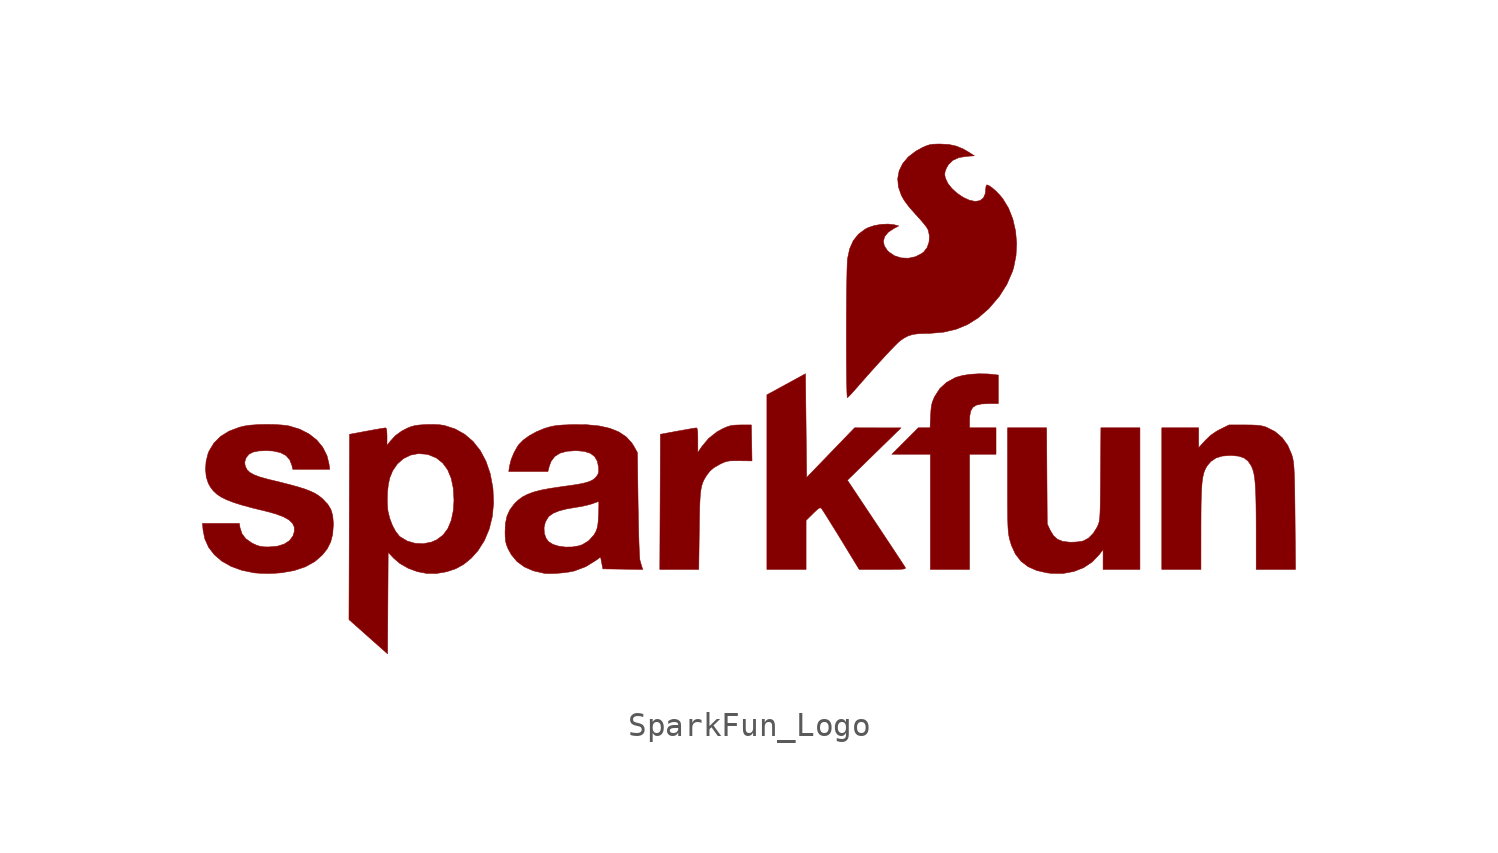
<source format=kicad_sym>
(kicad_symbol_lib
  (version 20241209)
  (generator "kicad_symbol_editor")
  (generator_version "9.0")
  (symbol "SparkFun_Logo"
    (pin_names
      (offset 1.016))
    (property "Reference" "G"
      (at 0 6.35 0)
      (effects (font (size 1.27 1.27)) (hide yes)))
    (symbol "SparkFun_Logo_0_0"
      (polyline (pts (xy -19.64 -3.184) (xy -19.317 -3.16) (xy -18.771 -3.064) (xy -18.296 -2.905) (xy -17.895 -2.682) (xy -17.567 -2.396) (xy -17.367 -2.142) (xy -17.219 -1.851) (xy -17.134 -1.521) (xy -17.105 -1.129) (xy -17.105 -1.037) (xy -17.132 -0.723) (xy -17.207 -0.468) (xy -17.342 -0.244) (xy -17.548 -0.026) (xy -17.618 0.036) (xy -17.75 0.138) (xy -17.9 0.229) (xy -18.078 0.314) (xy -18.296 0.398) (xy -18.565 0.484) (xy -18.896 0.577) (xy -19.301 0.681) (xy -19.79 0.799) (xy -19.927 0.833) (xy -20.252 0.925) (xy -20.495 1.018) (xy -20.668 1.118) (xy -20.782 1.232) (xy -20.849 1.365) (xy -20.862 1.406) (xy -20.879 1.551) (xy -20.835 1.702) (xy -20.808 1.758) (xy -20.696 1.891) (xy -20.526 1.979) (xy -20.287 2.028) (xy -19.966 2.043) (xy -19.663 2.026) (xy -19.353 1.956) (xy -19.12 1.832) (xy -18.96 1.65) (xy -18.868 1.408) (xy -18.833 1.249) (xy -18.046 1.249) (xy -17.259 1.249) (xy -17.29 1.475) (xy -17.376 1.827) (xy -17.555 2.183) (xy -17.812 2.494) (xy -18.142 2.754) (xy -18.536 2.955) (xy -18.988 3.092) (xy -19.035 3.101) (xy -19.3 3.134) (xy -19.624 3.153) (xy -19.976 3.158) (xy -20.325 3.149) (xy -20.641 3.127) (xy -20.892 3.09) (xy -21.104 3.038) (xy -21.543 2.874) (xy -21.905 2.65) (xy -22.191 2.365) (xy -22.399 2.021) (xy -22.445 1.904) (xy -22.525 1.581) (xy -22.549 1.244) (xy -22.518 0.924) (xy -22.43 0.651) (xy -22.338 0.488) (xy -22.218 0.33) (xy -22.068 0.19) (xy -21.879 0.063) (xy -21.641 -0.055) (xy -21.344 -0.169) (xy -20.979 -0.283) (xy -20.537 -0.402) (xy -20.007 -0.531) (xy -19.981 -0.537) (xy -19.563 -0.651) (xy -19.238 -0.772) (xy -19.001 -0.903) (xy -18.846 -1.049) (xy -18.769 -1.213) (xy -18.764 -1.398) (xy -18.825 -1.595) (xy -18.974 -1.792) (xy -19.198 -1.938) (xy -19.491 -2.029) (xy -19.846 -2.06) (xy -20.042 -2.057) (xy -20.211 -2.037) (xy -20.361 -1.992) (xy -20.533 -1.914) (xy -20.582 -1.888) (xy -20.832 -1.712) (xy -20.996 -1.5) (xy -21.079 -1.243) (xy -21.109 -1.056) (xy -21.894 -1.056) (xy -22.679 -1.056) (xy -22.653 -1.347) (xy -22.58 -1.714) (xy -22.417 -2.075) (xy -22.172 -2.394) (xy -21.851 -2.667) (xy -21.459 -2.889) (xy -21.001 -3.055) (xy -20.484 -3.161) (xy -20.406 -3.169) (xy -20.171 -3.184) (xy -19.901 -3.19) (xy -19.64 -3.184)) (stroke (width 0.01) (type default)) (fill (type outline)))
      (polyline (pts (xy -14.783 -4.45) (xy -14.77 -2.287) (xy -14.542 -2.531) (xy -14.269 -2.766) (xy -13.913 -2.97) (xy -13.518 -3.115) (xy -13.109 -3.191) (xy -12.712 -3.19) (xy -12.272 -3.114) (xy -11.886 -2.985) (xy -11.546 -2.796) (xy -11.228 -2.535) (xy -10.95 -2.225) (xy -10.672 -1.788) (xy -10.466 -1.296) (xy -10.334 -0.759) (xy -10.28 -0.186) (xy -10.306 0.412) (xy -10.316 0.493) (xy -10.427 1.072) (xy -10.605 1.589) (xy -10.846 2.042) (xy -11.146 2.424) (xy -11.504 2.733) (xy -11.914 2.964) (xy -12.376 3.114) (xy -12.568 3.142) (xy -12.847 3.156) (xy -13.162 3.152) (xy -13.183 3.151) (xy -13.44 3.134) (xy -13.633 3.107) (xy -13.795 3.064) (xy -13.956 2.999) (xy -14.187 2.879) (xy -14.459 2.683) (xy -14.685 2.437) (xy -14.82 2.261) (xy -14.82 2.638) (xy -14.82 2.681) (xy -14.828 2.873) (xy -14.848 2.98) (xy -14.882 3.012) (xy -14.904 3.009) (xy -15.013 2.992) (xy -15.19 2.962) (xy -15.418 2.922) (xy -15.678 2.874) (xy -16.414 2.739) (xy -16.423 -0.079) (xy -14.81 -0.079) (xy -14.799 0.271) (xy -14.762 0.606) (xy -14.701 0.883) (xy -14.578 1.185) (xy -14.375 1.48) (xy -14.118 1.704) (xy -13.818 1.851) (xy -13.485 1.915) (xy -13.13 1.887) (xy -13.041 1.865) (xy -12.715 1.729) (xy -12.446 1.515) (xy -12.235 1.225) (xy -12.084 0.862) (xy -11.994 0.427) (xy -11.967 -0.075) (xy -11.993 -0.496) (xy -12.081 -0.925) (xy -12.228 -1.279) (xy -12.436 -1.557) (xy -12.704 -1.758) (xy -12.929 -1.855) (xy -13.274 -1.922) (xy -13.624 -1.906) (xy -13.957 -1.809) (xy -14.254 -1.632) (xy -14.308 -1.583) (xy -14.457 -1.389) (xy -14.592 -1.134) (xy -14.703 -0.843) (xy -14.776 -0.544) (xy -14.794 -0.407) (xy -14.81 -0.079) (xy -16.423 -0.079) (xy -16.426 -1.208) (xy -16.439 -5.154) (xy -15.617 -5.884) (xy -14.796 -6.613) (xy -14.783 -4.45)) (stroke (width 0.01) (type default)) (fill (type outline)))
      (polyline (pts (xy -7.603 -3.185) (xy -7.328 -3.162) (xy -7.068 -3.128) (xy -6.859 -3.086) (xy -6.829 -3.078) (xy -6.354 -2.899) (xy -5.92 -2.632) (xy -5.724 -2.485) (xy -5.675 -2.739) (xy -5.626 -2.993) (xy -4.777 -3.006) (xy -3.927 -3.019) (xy -3.963 -2.908) (xy -3.964 -2.904) (xy -4.003 -2.775) (xy -4.046 -2.625) (xy -4.054 -2.573) (xy -4.065 -2.425) (xy -4.076 -2.197) (xy -4.087 -1.901) (xy -4.098 -1.547) (xy -4.108 -1.146) (xy -4.117 -0.709) (xy -4.125 -0.247) (xy -4.155 1.96) (xy -4.3 2.221) (xy -4.396 2.373) (xy -4.635 2.632) (xy -4.943 2.837) (xy -5.322 2.991) (xy -5.776 3.093) (xy -6.31 3.145) (xy -6.926 3.149) (xy -7.073 3.144) (xy -7.352 3.132) (xy -7.568 3.114) (xy -7.746 3.087) (xy -7.91 3.049) (xy -8.086 2.996) (xy -8.129 2.982) (xy -8.456 2.846) (xy -8.761 2.677) (xy -9.018 2.491) (xy -9.203 2.302) (xy -9.262 2.22) (xy -9.413 1.95) (xy -9.532 1.656) (xy -9.6 1.384) (xy -9.634 1.151) (xy -8.8 1.151) (xy -7.967 1.151) (xy -7.912 1.367) (xy -7.828 1.593) (xy -7.673 1.795) (xy -7.452 1.935) (xy -7.16 2.015) (xy -6.789 2.041) (xy -6.751 2.041) (xy -6.415 2.01) (xy -6.159 1.929) (xy -5.977 1.792) (xy -5.862 1.596) (xy -5.809 1.335) (xy -5.804 1.271) (xy -5.806 1.128) (xy -5.841 1.024) (xy -5.919 0.916) (xy -5.975 0.857) (xy -6.074 0.785) (xy -6.205 0.725) (xy -6.382 0.671) (xy -6.618 0.621) (xy -6.925 0.57) (xy -7.318 0.516) (xy -7.369 0.509) (xy -7.846 0.439) (xy -8.24 0.365) (xy -8.562 0.282) (xy -8.826 0.186) (xy -9.045 0.073) (xy -9.23 -0.063) (xy -9.396 -0.226) (xy -9.409 -0.241) (xy -9.59 -0.485) (xy -9.709 -0.748) (xy -9.773 -1.052) (xy -9.782 -1.233) (xy -8.131 -1.233) (xy -8.073 -0.992) (xy -7.946 -0.783) (xy -7.903 -0.739) (xy -7.73 -0.62) (xy -7.487 -0.521) (xy -7.165 -0.439) (xy -6.754 -0.369) (xy -6.692 -0.36) (xy -6.455 -0.317) (xy -6.233 -0.266) (xy -6.067 -0.216) (xy -5.971 -0.18) (xy -5.856 -0.14) (xy -5.804 -0.124) (xy -5.799 -0.161) (xy -5.797 -0.278) (xy -5.8 -0.456) (xy -5.808 -0.676) (xy -5.809 -0.702) (xy -5.824 -0.968) (xy -5.847 -1.161) (xy -5.882 -1.305) (xy -5.932 -1.423) (xy -6.009 -1.553) (xy -6.229 -1.797) (xy -6.503 -1.964) (xy -6.649 -2.013) (xy -6.928 -2.061) (xy -7.223 -2.065) (xy -7.507 -2.027) (xy -7.753 -1.951) (xy -7.933 -1.838) (xy -8.04 -1.701) (xy -8.12 -1.478) (xy -8.131 -1.233) (xy -9.782 -1.233) (xy -9.791 -1.423) (xy -9.786 -1.636) (xy -9.768 -1.821) (xy -9.729 -1.976) (xy -9.664 -2.137) (xy -9.526 -2.387) (xy -9.279 -2.683) (xy -8.967 -2.911) (xy -8.585 -3.077) (xy -8.127 -3.182) (xy -8.07 -3.189) (xy -7.862 -3.195) (xy -7.603 -3.185)) (stroke (width 0.01) (type default)) (fill (type outline)))
      (polyline (pts (xy -1.52 -1.362) (xy -1.518 -1.235) (xy -1.511 -0.768) (xy -1.502 -0.384) (xy -1.49 -0.073) (xy -1.473 0.177) (xy -1.449 0.377) (xy -1.417 0.54) (xy -1.375 0.675) (xy -1.321 0.795) (xy -1.254 0.912) (xy -1.172 1.036) (xy -1.055 1.182) (xy -0.895 1.317) (xy -0.674 1.445) (xy -0.593 1.487) (xy -0.46 1.548) (xy -0.343 1.586) (xy -0.215 1.606) (xy -0.045 1.612) (xy 0.193 1.611) (xy 0.726 1.605) (xy 0.713 2.371) (xy 0.699 3.137) (xy 0.258 3.136) (xy 0.179 3.135) (xy -0.028 3.127) (xy -0.186 3.104) (xy -0.334 3.058) (xy -0.508 2.982) (xy -0.762 2.844) (xy -1.121 2.562) (xy -1.416 2.207) (xy -1.581 1.961) (xy -1.581 2.488) (xy -1.584 2.727) (xy -1.594 2.894) (xy -1.613 2.984) (xy -1.642 3.011) (xy -1.665 3.008) (xy -1.773 2.991) (xy -1.951 2.961) (xy -2.179 2.921) (xy -2.439 2.874) (xy -3.174 2.74) (xy -3.187 -0.138) (xy -3.2 -3.017) (xy -2.37 -3.017) (xy -1.541 -3.017) (xy -1.52 -1.362)) (stroke (width 0.01) (type default)) (fill (type outline)))
      (polyline (pts (xy 3.029 -1.974) (xy 3.029 -0.93) (xy 3.323 -0.639) (xy 3.374 -0.589) (xy 3.503 -0.468) (xy 3.587 -0.406) (xy 3.642 -0.393) (xy 3.683 -0.42) (xy 3.692 -0.431) (xy 3.749 -0.515) (xy 3.848 -0.669) (xy 3.981 -0.881) (xy 4.142 -1.14) (xy 4.325 -1.435) (xy 4.521 -1.754) (xy 5.292 -3.017) (xy 6.295 -3.017) (xy 6.42 -3.017) (xy 6.726 -3.016) (xy 6.951 -3.013) (xy 7.105 -3.007) (xy 7.2 -2.997) (xy 7.248 -2.982) (xy 7.262 -2.96) (xy 7.252 -2.931) (xy 7.231 -2.898) (xy 7.16 -2.788) (xy 7.044 -2.611) (xy 6.889 -2.376) (xy 6.702 -2.092) (xy 6.487 -1.768) (xy 6.25 -1.411) (xy 5.997 -1.031) (xy 4.79 0.783) (xy 5.932 1.898) (xy 7.074 3.013) (xy 6.085 3.013) (xy 5.097 3.014) (xy 4.075 1.955) (xy 3.053 0.896) (xy 3.029 3.106) (xy 3.004 5.317) (xy 2.183 4.868) (xy 1.361 4.419) (xy 1.361 0.701) (xy 1.361 -3.017) (xy 2.195 -3.017) (xy 3.029 -3.017) (xy 3.029 -1.974)) (stroke (width 0.01) (type default)) (fill (type outline)))
      (polyline (pts (xy 4.792 4.298) (xy 4.844 4.345) (xy 4.946 4.451) (xy 5.081 4.601) (xy 5.238 4.779) (xy 5.281 4.829) (xy 5.558 5.146) (xy 5.837 5.459) (xy 6.109 5.76) (xy 6.364 6.038) (xy 6.593 6.283) (xy 6.786 6.484) (xy 6.934 6.631) (xy 7.027 6.715) (xy 7.183 6.825) (xy 7.375 6.928) (xy 7.58 6.992) (xy 7.827 7.024) (xy 8.142 7.034) (xy 8.293 7.036) (xy 8.887 7.088) (xy 9.422 7.213) (xy 9.909 7.415) (xy 10.358 7.696) (xy 10.78 8.063) (xy 10.848 8.132) (xy 11.261 8.617) (xy 11.583 9.127) (xy 11.818 9.671) (xy 11.871 9.839) (xy 11.971 10.347) (xy 11.998 10.872) (xy 11.952 11.396) (xy 11.837 11.899) (xy 11.655 12.364) (xy 11.408 12.772) (xy 11.406 12.774) (xy 11.269 12.938) (xy 11.114 13.097) (xy 10.959 13.232) (xy 10.826 13.325) (xy 10.734 13.361) (xy 10.721 13.356) (xy 10.69 13.285) (xy 10.678 13.143) (xy 10.662 12.988) (xy 10.582 12.805) (xy 10.44 12.692) (xy 10.243 12.656) (xy 10.229 12.657) (xy 9.985 12.708) (xy 9.723 12.829) (xy 9.468 13) (xy 9.241 13.206) (xy 9.066 13.428) (xy 8.963 13.648) (xy 8.935 13.791) (xy 8.947 13.915) (xy 9.004 14.069) (xy 9.093 14.225) (xy 9.277 14.405) (xy 9.527 14.521) (xy 9.85 14.575) (xy 10.199 14.6) (xy 9.94 14.764) (xy 9.721 14.89) (xy 9.423 15.014) (xy 9.109 15.081) (xy 8.741 15.101) (xy 8.653 15.101) (xy 8.45 15.093) (xy 8.295 15.071) (xy 8.151 15.025) (xy 7.981 14.949) (xy 7.71 14.801) (xy 7.384 14.552) (xy 7.145 14.268) (xy 6.993 13.957) (xy 6.932 13.623) (xy 6.963 13.272) (xy 7.09 12.91) (xy 7.211 12.698) (xy 7.41 12.428) (xy 7.684 12.119) (xy 7.694 12.108) (xy 7.867 11.918) (xy 8.02 11.74) (xy 8.138 11.592) (xy 8.203 11.494) (xy 8.235 11.423) (xy 8.285 11.18) (xy 8.267 10.926) (xy 8.186 10.692) (xy 8.047 10.51) (xy 7.962 10.442) (xy 7.688 10.301) (xy 7.388 10.237) (xy 7.085 10.25) (xy 6.798 10.34) (xy 6.55 10.508) (xy 6.49 10.569) (xy 6.359 10.77) (xy 6.323 10.971) (xy 6.382 11.166) (xy 6.532 11.347) (xy 6.774 11.508) (xy 6.976 11.612) (xy 6.804 11.657) (xy 6.78 11.663) (xy 6.523 11.692) (xy 6.226 11.678) (xy 5.93 11.626) (xy 5.676 11.541) (xy 5.547 11.474) (xy 5.258 11.259) (xy 5.038 10.981) (xy 4.885 10.635) (xy 4.795 10.217) (xy 4.789 10.154) (xy 4.781 9.981) (xy 4.773 9.726) (xy 4.766 9.401) (xy 4.759 9.014) (xy 4.754 8.578) (xy 4.75 8.101) (xy 4.747 7.594) (xy 4.746 7.068) (xy 4.746 6.928) (xy 4.747 6.354) (xy 4.749 5.839) (xy 4.753 5.388) (xy 4.758 5.008) (xy 4.764 4.702) (xy 4.772 4.479) (xy 4.78 4.342) (xy 4.79 4.297) (xy 4.792 4.298)) (stroke (width 0.01) (type default)) (fill (type outline)))
      (polyline (pts (xy 9.991 -0.565) (xy 9.991 1.886) (xy 10.555 1.886) (xy 11.119 1.886) (xy 11.119 2.45) (xy 11.119 3.014) (xy 10.555 3.014) (xy 9.991 3.014) (xy 9.991 3.301) (xy 9.999 3.509) (xy 10.041 3.731) (xy 10.13 3.884) (xy 10.277 3.98) (xy 10.496 4.03) (xy 10.798 4.044) (xy 11.217 4.044) (xy 11.217 4.653) (xy 11.217 5.262) (xy 10.89 5.297) (xy 10.745 5.309) (xy 10.388 5.315) (xy 10.03 5.293) (xy 9.703 5.244) (xy 9.44 5.172) (xy 9.371 5.145) (xy 9.014 4.949) (xy 8.729 4.689) (xy 8.516 4.362) (xy 8.462 4.248) (xy 8.405 4.102) (xy 8.37 3.955) (xy 8.348 3.773) (xy 8.334 3.526) (xy 8.311 3.014) (xy 8.06 3.014) (xy 7.808 3.014) (xy 7.245 2.45) (xy 6.683 1.886) (xy 7.504 1.886) (xy 8.324 1.886) (xy 8.324 -0.565) (xy 8.324 -3.017) (xy 9.158 -3.017) (xy 9.991 -3.017) (xy 9.991 -0.565)) (stroke (width 0.01) (type default)) (fill (type outline)))
      (polyline (pts (xy 13.992 -3.186) (xy 14.446 -3.102) (xy 14.856 -2.939) (xy 15.214 -2.7) (xy 15.513 -2.387) (xy 15.68 -2.169) (xy 15.68 -2.593) (xy 15.68 -3.017) (xy 16.464 -3.017) (xy 17.249 -3.017) (xy 17.249 -0.001) (xy 17.249 3.014) (xy 16.418 3.014) (xy 15.586 3.014) (xy 15.572 1.04) (xy 15.569 0.644) (xy 15.565 0.222) (xy 15.561 -0.12) (xy 15.556 -0.391) (xy 15.549 -0.603) (xy 15.54 -0.765) (xy 15.529 -0.887) (xy 15.514 -0.979) (xy 15.495 -1.052) (xy 15.472 -1.115) (xy 15.444 -1.178) (xy 15.427 -1.215) (xy 15.262 -1.479) (xy 15.064 -1.68) (xy 14.849 -1.8) (xy 14.726 -1.828) (xy 14.535 -1.85) (xy 14.331 -1.859) (xy 14.257 -1.858) (xy 13.964 -1.824) (xy 13.74 -1.735) (xy 13.568 -1.583) (xy 13.432 -1.359) (xy 13.301 -1.08) (xy 13.287 0.967) (xy 13.273 3.014) (xy 12.441 3.014) (xy 11.61 3.014) (xy 11.61 0.816) (xy 11.61 0.443) (xy 11.61 -0.022) (xy 11.612 -0.407) (xy 11.615 -0.72) (xy 11.62 -0.972) (xy 11.627 -1.174) (xy 11.637 -1.335) (xy 11.649 -1.465) (xy 11.665 -1.574) (xy 11.685 -1.673) (xy 11.709 -1.771) (xy 11.774 -1.989) (xy 11.947 -2.365) (xy 12.182 -2.667) (xy 12.483 -2.899) (xy 12.852 -3.063) (xy 13.296 -3.164) (xy 13.504 -3.188) (xy 13.992 -3.186)) (stroke (width 0.01) (type default)) (fill (type outline)))
      (polyline (pts (xy 19.848 -1.24) (xy 19.85 -0.701) (xy 19.854 -0.244) (xy 19.863 0.134) (xy 19.877 0.444) (xy 19.897 0.696) (xy 19.925 0.898) (xy 19.961 1.062) (xy 20.006 1.196) (xy 20.062 1.311) (xy 20.129 1.417) (xy 20.27 1.581) (xy 20.485 1.728) (xy 20.755 1.811) (xy 21.093 1.837) (xy 21.172 1.835) (xy 21.466 1.805) (xy 21.689 1.727) (xy 21.858 1.593) (xy 21.99 1.396) (xy 22.007 1.36) (xy 22.055 1.242) (xy 22.095 1.101) (xy 22.127 0.93) (xy 22.151 0.718) (xy 22.17 0.455) (xy 22.184 0.133) (xy 22.193 -0.259) (xy 22.198 -0.73) (xy 22.2 -1.289) (xy 22.201 -3.017) (xy 23.039 -3.017) (xy 23.876 -3.017) (xy 23.855 -0.798) (xy 23.852 -0.481) (xy 23.846 0.011) (xy 23.84 0.419) (xy 23.833 0.754) (xy 23.824 1.024) (xy 23.814 1.24) (xy 23.802 1.411) (xy 23.788 1.546) (xy 23.771 1.654) (xy 23.75 1.746) (xy 23.716 1.866) (xy 23.546 2.264) (xy 23.306 2.595) (xy 22.999 2.855) (xy 22.63 3.042) (xy 22.537 3.072) (xy 22.398 3.104) (xy 22.228 3.124) (xy 22.006 3.134) (xy 21.708 3.137) (xy 21.044 3.137) (xy 20.669 2.952) (xy 20.498 2.86) (xy 20.25 2.688) (xy 20.022 2.465) (xy 19.749 2.164) (xy 19.749 2.589) (xy 19.749 3.014) (xy 18.965 3.014) (xy 18.18 3.014) (xy 18.18 -0.001) (xy 18.18 -3.017) (xy 19.014 -3.017) (xy 19.847 -3.017) (xy 19.848 -1.24)) (stroke (width 0.01) (type default)) (fill (type outline))))))
</source>
